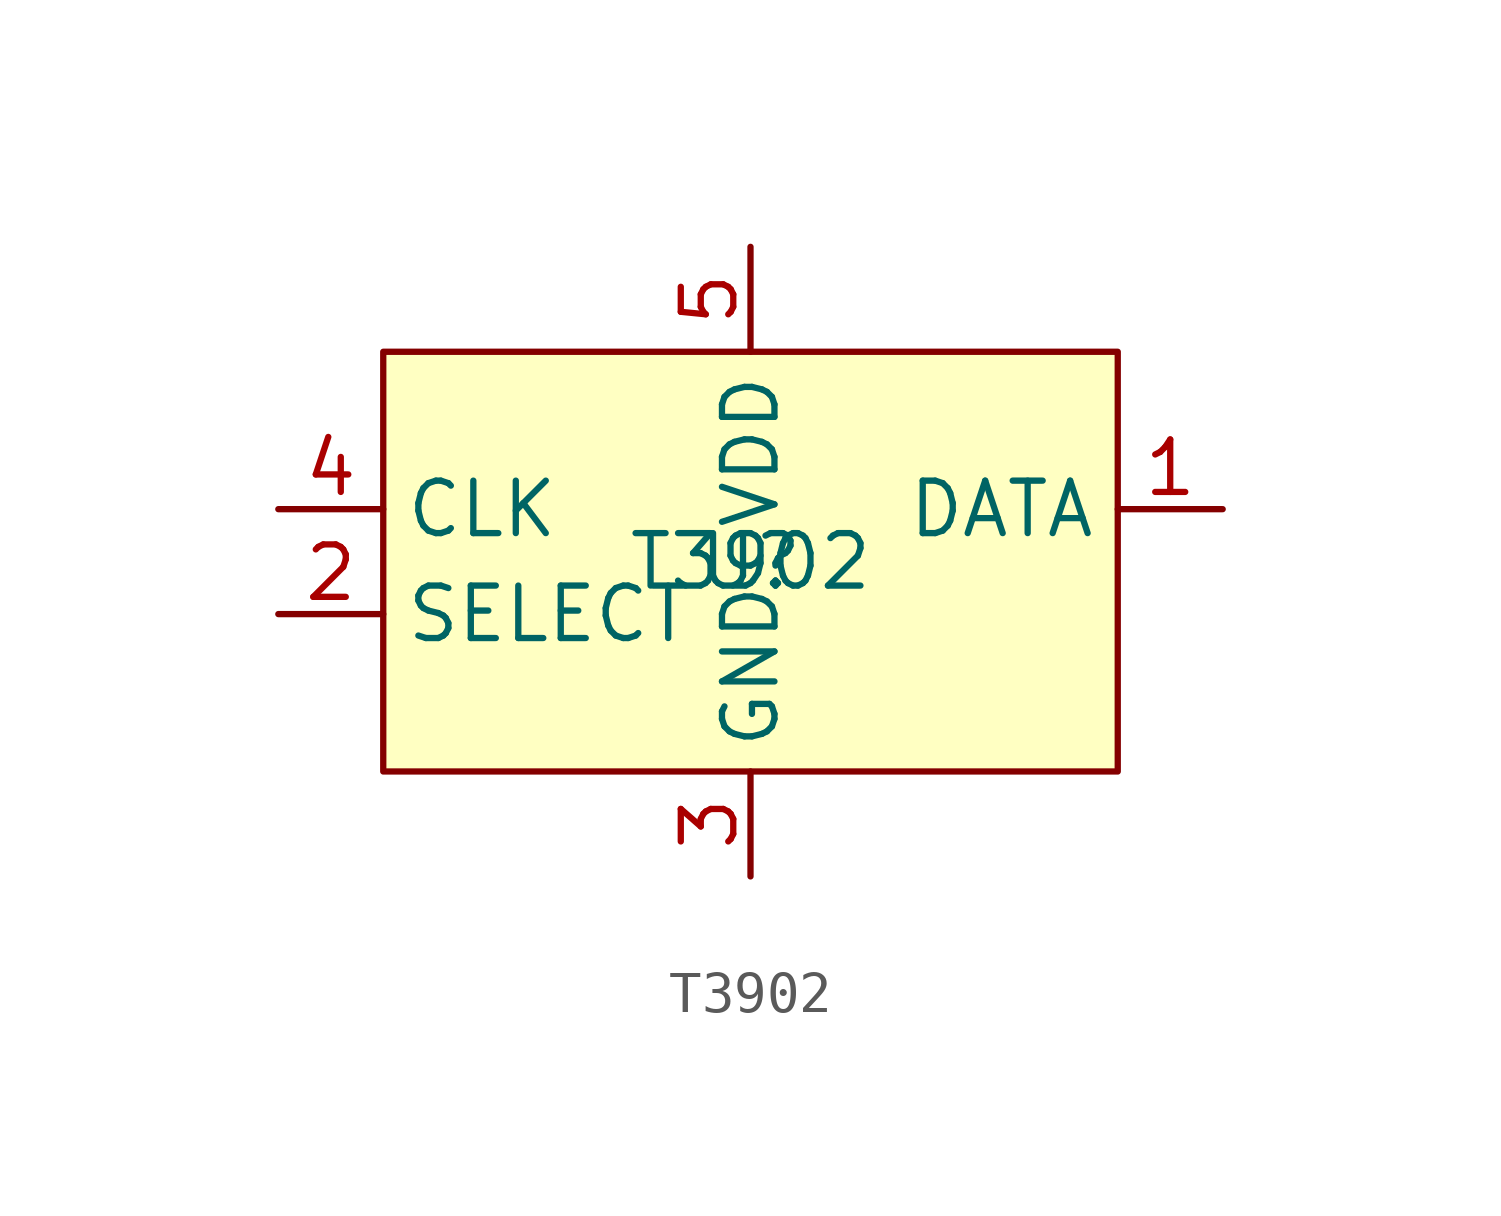
<source format=kicad_sym>
(kicad_symbol_lib
  (version 20211014)
  (generator kicad_symbol_editor)
  (symbol "T3902"
    (property "Reference" "U"
      (at 0 0 0)
      (effects (font (size 1.27 1.27))))
    (property "Value" "T3902"
      (at 0 0 0)
      (effects (font (size 1.27 1.27))))
    (symbol "T3902_0_1"
      (rectangle (start -8.89 5.08) (end 8.89 -5.08) (stroke (width 0) (type default) (color 0 0 0 0)) (fill (type background))))
    (symbol "T3902_1_1"
      (pin input line (at 11.43 1.27 180) (length 2.54) (name "DATA" (effects (font (size 1.27 1.27)))) (number "1" (effects (font (size 1.27 1.27)))))
      (pin input line (at -11.43 -1.27 0) (length 2.54) (name "SELECT" (effects (font (size 1.27 1.27)))) (number "2" (effects (font (size 1.27 1.27)))))
      (pin power_in line (at 0 -7.62 90) (length 2.54) (name "GND" (effects (font (size 1.27 1.27)))) (number "3" (effects (font (size 1.27 1.27)))))
      (pin input line (at -11.43 1.27 0) (length 2.54) (name "CLK" (effects (font (size 1.27 1.27)))) (number "4" (effects (font (size 1.27 1.27)))))
      (pin power_in line (at 0 7.62 270) (length 2.54) (name "VDD" (effects (font (size 1.27 1.27)))) (number "5" (effects (font (size 1.27 1.27))))))))
</source>
